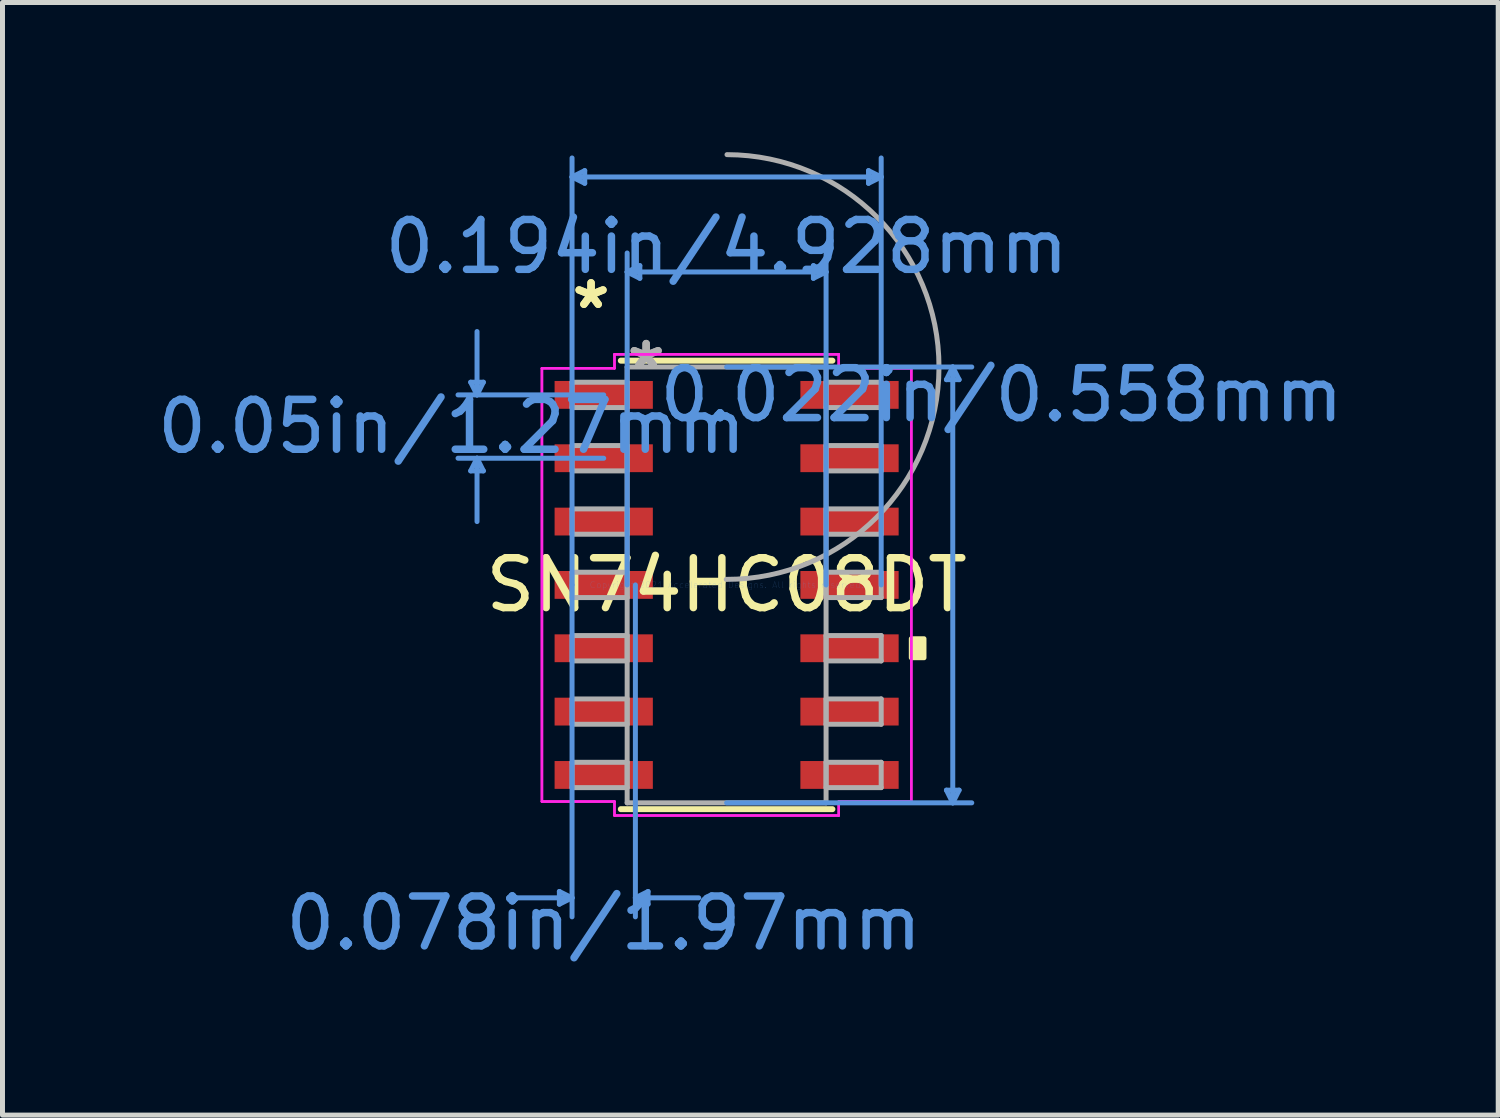
<source format=kicad_pcb>
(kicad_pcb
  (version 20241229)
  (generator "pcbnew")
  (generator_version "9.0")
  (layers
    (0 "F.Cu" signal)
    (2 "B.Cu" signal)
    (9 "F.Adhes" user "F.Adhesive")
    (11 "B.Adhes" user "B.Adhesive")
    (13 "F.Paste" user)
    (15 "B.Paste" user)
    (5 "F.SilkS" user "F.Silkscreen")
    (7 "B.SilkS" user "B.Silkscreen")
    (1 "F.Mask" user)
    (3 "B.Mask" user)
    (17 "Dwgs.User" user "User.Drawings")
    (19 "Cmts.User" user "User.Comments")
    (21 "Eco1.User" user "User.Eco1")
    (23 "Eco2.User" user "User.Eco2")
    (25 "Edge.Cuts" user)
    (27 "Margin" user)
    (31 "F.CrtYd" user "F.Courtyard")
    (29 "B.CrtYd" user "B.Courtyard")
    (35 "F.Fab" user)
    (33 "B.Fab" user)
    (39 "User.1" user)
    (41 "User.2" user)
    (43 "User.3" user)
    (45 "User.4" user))
  (footprint "SN74HC08DT"
    (layer "F.Cu")
    (at 11.518 8.677)
    (property "Reference" "SN74HC08DT" (at 0 0 0) (layer "F.SilkS") (effects (font (size 1 1) (thickness 0.15))))
    (attr through_hole)
    (fp_line (start -2.121 4.496) (end 2.121 4.496) (stroke (width 0.12) (type solid)) (layer "F.SilkS"))
    (fp_line (start 2.121 -4.496) (end -2.121 -4.496) (stroke (width 0.12) (type solid)) (layer "F.SilkS"))
    (fp_poly (pts (xy 3.957 1.079) (xy 3.957 1.46) (xy 3.703 1.46) (xy 3.703 1.079)) (stroke (width 0.1) (type solid)) (fill yes) (layer "F.SilkS"))
    (fp_line (start -5.131 -4.064) (end -4.877 -4.064) (stroke (width 0.1) (type solid)) (layer "Cmts.User"))
    (fp_line (start -5.131 -2.286) (end -4.877 -2.286) (stroke (width 0.1) (type solid)) (layer "Cmts.User"))
    (fp_line (start -5.004 -3.81) (end -5.131 -4.064) (stroke (width 0.1) (type solid)) (layer "Cmts.User"))
    (fp_line (start -5.004 -3.81) (end -5.004 -5.08) (stroke (width 0.1) (type solid)) (layer "Cmts.User"))
    (fp_line (start -5.004 -3.81) (end -4.877 -4.064) (stroke (width 0.1) (type solid)) (layer "Cmts.User"))
    (fp_line (start -5.004 -2.54) (end -5.131 -2.286) (stroke (width 0.1) (type solid)) (layer "Cmts.User"))
    (fp_line (start -5.004 -2.54) (end -5.004 -1.27) (stroke (width 0.1) (type solid)) (layer "Cmts.User"))
    (fp_line (start -5.004 -2.54) (end -4.877 -2.286) (stroke (width 0.1) (type solid)) (layer "Cmts.User"))
    (fp_line (start -3.353 6.147) (end -3.353 6.401) (stroke (width 0.1) (type solid)) (layer "Cmts.User"))
    (fp_line (start -3.099 -8.179) (end -2.845 -8.306) (stroke (width 0.1) (type solid)) (layer "Cmts.User"))
    (fp_line (start -3.099 -8.179) (end -2.845 -8.052) (stroke (width 0.1) (type solid)) (layer "Cmts.User"))
    (fp_line (start -3.099 -8.179) (end 3.099 -8.179) (stroke (width 0.1) (type solid)) (layer "Cmts.User"))
    (fp_line (start -3.099 0) (end -3.099 -8.56) (stroke (width 0.1) (type solid)) (layer "Cmts.User"))
    (fp_line (start -3.099 0) (end -3.099 6.655) (stroke (width 0.1) (type solid)) (layer "Cmts.User"))
    (fp_line (start -3.099 6.274) (end -4.369 6.274) (stroke (width 0.1) (type solid)) (layer "Cmts.User"))
    (fp_line (start -3.099 6.274) (end -3.353 6.147) (stroke (width 0.1) (type solid)) (layer "Cmts.User"))
    (fp_line (start -3.099 6.274) (end -3.353 6.401) (stroke (width 0.1) (type solid)) (layer "Cmts.User"))
    (fp_line (start -2.845 -8.306) (end -2.845 -8.052) (stroke (width 0.1) (type solid)) (layer "Cmts.User"))
    (fp_line (start -2.464 -3.81) (end -5.385 -3.81) (stroke (width 0.1) (type solid)) (layer "Cmts.User"))
    (fp_line (start -2.464 -2.54) (end -5.385 -2.54) (stroke (width 0.1) (type solid)) (layer "Cmts.User"))
    (fp_line (start -1.994 -6.274) (end -1.74 -6.401) (stroke (width 0.1) (type solid)) (layer "Cmts.User"))
    (fp_line (start -1.994 -6.274) (end -1.74 -6.147) (stroke (width 0.1) (type solid)) (layer "Cmts.User"))
    (fp_line (start -1.994 -6.274) (end 1.994 -6.274) (stroke (width 0.1) (type solid)) (layer "Cmts.User"))
    (fp_line (start -1.994 0) (end -1.994 -6.655) (stroke (width 0.1) (type solid)) (layer "Cmts.User"))
    (fp_line (start -1.829 0) (end -1.829 6.655) (stroke (width 0.1) (type solid)) (layer "Cmts.User"))
    (fp_line (start -1.829 6.274) (end -1.575 6.147) (stroke (width 0.1) (type solid)) (layer "Cmts.User"))
    (fp_line (start -1.829 6.274) (end -1.575 6.401) (stroke (width 0.1) (type solid)) (layer "Cmts.User"))
    (fp_line (start -1.829 6.274) (end -0.559 6.274) (stroke (width 0.1) (type solid)) (layer "Cmts.User"))
    (fp_line (start -1.74 -6.401) (end -1.74 -6.147) (stroke (width 0.1) (type solid)) (layer "Cmts.User"))
    (fp_line (start -1.575 6.147) (end -1.575 6.401) (stroke (width 0.1) (type solid)) (layer "Cmts.User"))
    (fp_line (start 0 -4.369) (end 4.915 -4.369) (stroke (width 0.1) (type solid)) (layer "Cmts.User"))
    (fp_line (start 0 4.369) (end 4.915 4.369) (stroke (width 0.1) (type solid)) (layer "Cmts.User"))
    (fp_line (start 1.74 -6.401) (end 1.74 -6.147) (stroke (width 0.1) (type solid)) (layer "Cmts.User"))
    (fp_line (start 1.994 -6.274) (end 1.74 -6.401) (stroke (width 0.1) (type solid)) (layer "Cmts.User"))
    (fp_line (start 1.994 -6.274) (end 1.74 -6.147) (stroke (width 0.1) (type solid)) (layer "Cmts.User"))
    (fp_line (start 1.994 0) (end 1.994 -6.655) (stroke (width 0.1) (type solid)) (layer "Cmts.User"))
    (fp_line (start 2.845 -8.306) (end 2.845 -8.052) (stroke (width 0.1) (type solid)) (layer "Cmts.User"))
    (fp_line (start 3.099 -8.179) (end 2.845 -8.306) (stroke (width 0.1) (type solid)) (layer "Cmts.User"))
    (fp_line (start 3.099 -8.179) (end 2.845 -8.052) (stroke (width 0.1) (type solid)) (layer "Cmts.User"))
    (fp_line (start 3.099 0) (end 3.099 -8.56) (stroke (width 0.1) (type solid)) (layer "Cmts.User"))
    (fp_line (start 4.407 -4.115) (end 4.661 -4.115) (stroke (width 0.1) (type solid)) (layer "Cmts.User"))
    (fp_line (start 4.407 4.115) (end 4.661 4.115) (stroke (width 0.1) (type solid)) (layer "Cmts.User"))
    (fp_line (start 4.534 -4.369) (end 4.407 -4.115) (stroke (width 0.1) (type solid)) (layer "Cmts.User"))
    (fp_line (start 4.534 -4.369) (end 4.534 4.369) (stroke (width 0.1) (type solid)) (layer "Cmts.User"))
    (fp_line (start 4.534 -4.369) (end 4.661 -4.115) (stroke (width 0.1) (type solid)) (layer "Cmts.User"))
    (fp_line (start 4.534 4.369) (end 4.407 4.115) (stroke (width 0.1) (type solid)) (layer "Cmts.User"))
    (fp_line (start 4.534 4.369) (end 4.661 4.115) (stroke (width 0.1) (type solid)) (layer "Cmts.User"))
    (fp_line (start -3.703 -4.343) (end -2.248 -4.343) (stroke (width 0.05) (type solid)) (layer "F.CrtYd"))
    (fp_line (start -3.703 -4.343) (end -2.248 -4.343) (stroke (width 0.05) (type solid)) (layer "F.CrtYd"))
    (fp_line (start -3.703 4.343) (end -3.703 -4.343) (stroke (width 0.05) (type solid)) (layer "F.CrtYd"))
    (fp_line (start -3.703 4.343) (end -3.703 -4.343) (stroke (width 0.05) (type solid)) (layer "F.CrtYd"))
    (fp_line (start -3.703 4.343) (end -2.248 4.343) (stroke (width 0.05) (type solid)) (layer "F.CrtYd"))
    (fp_line (start -2.248 -4.623) (end 2.248 -4.623) (stroke (width 0.05) (type solid)) (layer "F.CrtYd"))
    (fp_line (start -2.248 -4.623) (end 2.248 -4.623) (stroke (width 0.05) (type solid)) (layer "F.CrtYd"))
    (fp_line (start -2.248 -4.343) (end -2.248 -4.623) (stroke (width 0.05) (type solid)) (layer "F.CrtYd"))
    (fp_line (start -2.248 -4.343) (end -2.248 -4.623) (stroke (width 0.05) (type solid)) (layer "F.CrtYd"))
    (fp_line (start -2.248 4.343) (end -3.703 4.343) (stroke (width 0.05) (type solid)) (layer "F.CrtYd"))
    (fp_line (start -2.248 4.623) (end -2.248 4.343) (stroke (width 0.05) (type solid)) (layer "F.CrtYd"))
    (fp_line (start -2.248 4.623) (end -2.248 4.343) (stroke (width 0.05) (type solid)) (layer "F.CrtYd"))
    (fp_line (start 2.248 -4.623) (end 2.248 -4.343) (stroke (width 0.05) (type solid)) (layer "F.CrtYd"))
    (fp_line (start 2.248 -4.623) (end 2.248 -4.343) (stroke (width 0.05) (type solid)) (layer "F.CrtYd"))
    (fp_line (start 2.248 -4.343) (end 3.703 -4.343) (stroke (width 0.05) (type solid)) (layer "F.CrtYd"))
    (fp_line (start 2.248 4.343) (end 2.248 4.623) (stroke (width 0.05) (type solid)) (layer "F.CrtYd"))
    (fp_line (start 2.248 4.343) (end 2.248 4.623) (stroke (width 0.05) (type solid)) (layer "F.CrtYd"))
    (fp_line (start 2.248 4.623) (end -2.248 4.623) (stroke (width 0.05) (type solid)) (layer "F.CrtYd"))
    (fp_line (start 2.248 4.623) (end -2.248 4.623) (stroke (width 0.05) (type solid)) (layer "F.CrtYd"))
    (fp_line (start 3.703 -4.343) (end 2.248 -4.343) (stroke (width 0.05) (type solid)) (layer "F.CrtYd"))
    (fp_line (start 3.703 -4.343) (end 3.703 4.343) (stroke (width 0.05) (type solid)) (layer "F.CrtYd"))
    (fp_line (start 3.703 -4.343) (end 3.703 4.343) (stroke (width 0.05) (type solid)) (layer "F.CrtYd"))
    (fp_line (start 3.703 4.343) (end 2.248 4.343) (stroke (width 0.05) (type solid)) (layer "F.CrtYd"))
    (fp_line (start 3.703 4.343) (end 2.248 4.343) (stroke (width 0.05) (type solid)) (layer "F.CrtYd"))
    (fp_line (start -3.099 -4.064) (end -3.099 -3.556) (stroke (width 0.1) (type solid)) (layer "F.Fab"))
    (fp_line (start -3.099 -3.556) (end -1.994 -3.556) (stroke (width 0.1) (type solid)) (layer "F.Fab"))
    (fp_line (start -3.099 -2.794) (end -3.099 -2.286) (stroke (width 0.1) (type solid)) (layer "F.Fab"))
    (fp_line (start -3.099 -2.286) (end -1.994 -2.286) (stroke (width 0.1) (type solid)) (layer "F.Fab"))
    (fp_line (start -3.099 -1.524) (end -3.099 -1.016) (stroke (width 0.1) (type solid)) (layer "F.Fab"))
    (fp_line (start -3.099 -1.016) (end -1.994 -1.016) (stroke (width 0.1) (type solid)) (layer "F.Fab"))
    (fp_line (start -3.099 -0.254) (end -3.099 0.254) (stroke (width 0.1) (type solid)) (layer "F.Fab"))
    (fp_line (start -3.099 0.254) (end -1.994 0.254) (stroke (width 0.1) (type solid)) (layer "F.Fab"))
    (fp_line (start -3.099 1.016) (end -3.099 1.524) (stroke (width 0.1) (type solid)) (layer "F.Fab"))
    (fp_line (start -3.099 1.524) (end -1.994 1.524) (stroke (width 0.1) (type solid)) (layer "F.Fab"))
    (fp_line (start -3.099 2.286) (end -3.099 2.794) (stroke (width 0.1) (type solid)) (layer "F.Fab"))
    (fp_line (start -3.099 2.794) (end -1.994 2.794) (stroke (width 0.1) (type solid)) (layer "F.Fab"))
    (fp_line (start -3.099 3.556) (end -3.099 4.064) (stroke (width 0.1) (type solid)) (layer "F.Fab"))
    (fp_line (start -3.099 4.064) (end -1.994 4.064) (stroke (width 0.1) (type solid)) (layer "F.Fab"))
    (fp_line (start -1.994 -4.369) (end -1.994 4.369) (stroke (width 0.1) (type solid)) (layer "F.Fab"))
    (fp_line (start -1.994 -4.064) (end -3.099 -4.064) (stroke (width 0.1) (type solid)) (layer "F.Fab"))
    (fp_line (start -1.994 -3.556) (end -1.994 -4.064) (stroke (width 0.1) (type solid)) (layer "F.Fab"))
    (fp_line (start -1.994 -2.794) (end -3.099 -2.794) (stroke (width 0.1) (type solid)) (layer "F.Fab"))
    (fp_line (start -1.994 -2.286) (end -1.994 -2.794) (stroke (width 0.1) (type solid)) (layer "F.Fab"))
    (fp_line (start -1.994 -1.524) (end -3.099 -1.524) (stroke (width 0.1) (type solid)) (layer "F.Fab"))
    (fp_line (start -1.994 -1.016) (end -1.994 -1.524) (stroke (width 0.1) (type solid)) (layer "F.Fab"))
    (fp_line (start -1.994 -0.254) (end -3.099 -0.254) (stroke (width 0.1) (type solid)) (layer "F.Fab"))
    (fp_line (start -1.994 0.254) (end -1.994 -0.254) (stroke (width 0.1) (type solid)) (layer "F.Fab"))
    (fp_line (start -1.994 1.016) (end -3.099 1.016) (stroke (width 0.1) (type solid)) (layer "F.Fab"))
    (fp_line (start -1.994 1.524) (end -1.994 1.016) (stroke (width 0.1) (type solid)) (layer "F.Fab"))
    (fp_line (start -1.994 2.286) (end -3.099 2.286) (stroke (width 0.1) (type solid)) (layer "F.Fab"))
    (fp_line (start -1.994 2.794) (end -1.994 2.286) (stroke (width 0.1) (type solid)) (layer "F.Fab"))
    (fp_line (start -1.994 3.556) (end -3.099 3.556) (stroke (width 0.1) (type solid)) (layer "F.Fab"))
    (fp_line (start -1.994 4.064) (end -1.994 3.556) (stroke (width 0.1) (type solid)) (layer "F.Fab"))
    (fp_line (start -1.994 4.369) (end 1.994 4.369) (stroke (width 0.1) (type solid)) (layer "F.Fab"))
    (fp_line (start 1.994 -4.369) (end -1.994 -4.369) (stroke (width 0.1) (type solid)) (layer "F.Fab"))
    (fp_line (start 1.994 -4.064) (end 1.994 -3.556) (stroke (width 0.1) (type solid)) (layer "F.Fab"))
    (fp_line (start 1.994 -3.556) (end 3.099 -3.556) (stroke (width 0.1) (type solid)) (layer "F.Fab"))
    (fp_line (start 1.994 -2.794) (end 1.994 -2.286) (stroke (width 0.1) (type solid)) (layer "F.Fab"))
    (fp_line (start 1.994 -2.286) (end 3.099 -2.286) (stroke (width 0.1) (type solid)) (layer "F.Fab"))
    (fp_line (start 1.994 -1.524) (end 1.994 -1.016) (stroke (width 0.1) (type solid)) (layer "F.Fab"))
    (fp_line (start 1.994 -1.016) (end 3.099 -1.016) (stroke (width 0.1) (type solid)) (layer "F.Fab"))
    (fp_line (start 1.994 -0.254) (end 1.994 0.254) (stroke (width 0.1) (type solid)) (layer "F.Fab"))
    (fp_line (start 1.994 0.254) (end 3.099 0.254) (stroke (width 0.1) (type solid)) (layer "F.Fab"))
    (fp_line (start 1.994 1.016) (end 1.994 1.524) (stroke (width 0.1) (type solid)) (layer "F.Fab"))
    (fp_line (start 1.994 1.524) (end 3.099 1.524) (stroke (width 0.1) (type solid)) (layer "F.Fab"))
    (fp_line (start 1.994 2.286) (end 1.994 2.794) (stroke (width 0.1) (type solid)) (layer "F.Fab"))
    (fp_line (start 1.994 2.794) (end 3.099 2.794) (stroke (width 0.1) (type solid)) (layer "F.Fab"))
    (fp_line (start 1.994 3.556) (end 1.994 4.064) (stroke (width 0.1) (type solid)) (layer "F.Fab"))
    (fp_line (start 1.994 4.064) (end 3.099 4.064) (stroke (width 0.1) (type solid)) (layer "F.Fab"))
    (fp_line (start 1.994 4.369) (end 1.994 -4.369) (stroke (width 0.1) (type solid)) (layer "F.Fab"))
    (fp_line (start 3.099 -4.064) (end 1.994 -4.064) (stroke (width 0.1) (type solid)) (layer "F.Fab"))
    (fp_line (start 3.099 -3.556) (end 3.099 -4.064) (stroke (width 0.1) (type solid)) (layer "F.Fab"))
    (fp_line (start 3.099 -2.794) (end 1.994 -2.794) (stroke (width 0.1) (type solid)) (layer "F.Fab"))
    (fp_line (start 3.099 -2.286) (end 3.099 -2.794) (stroke (width 0.1) (type solid)) (layer "F.Fab"))
    (fp_line (start 3.099 -1.524) (end 1.994 -1.524) (stroke (width 0.1) (type solid)) (layer "F.Fab"))
    (fp_line (start 3.099 -1.016) (end 3.099 -1.524) (stroke (width 0.1) (type solid)) (layer "F.Fab"))
    (fp_line (start 3.099 -0.254) (end 1.994 -0.254) (stroke (width 0.1) (type solid)) (layer "F.Fab"))
    (fp_line (start 3.099 0.254) (end 3.099 -0.254) (stroke (width 0.1) (type solid)) (layer "F.Fab"))
    (fp_line (start 3.099 1.016) (end 1.994 1.016) (stroke (width 0.1) (type solid)) (layer "F.Fab"))
    (fp_line (start 3.099 1.524) (end 3.099 1.016) (stroke (width 0.1) (type solid)) (layer "F.Fab"))
    (fp_line (start 3.099 2.286) (end 1.994 2.286) (stroke (width 0.1) (type solid)) (layer "F.Fab"))
    (fp_line (start 3.099 2.794) (end 3.099 2.286) (stroke (width 0.1) (type solid)) (layer "F.Fab"))
    (fp_line (start 3.099 3.556) (end 1.994 3.556) (stroke (width 0.1) (type solid)) (layer "F.Fab"))
    (fp_line (start 3.099 4.064) (end 3.099 3.556) (stroke (width 0.1) (type solid)) (layer "F.Fab"))
    (fp_arc (start 0.007742 -8.626632) (mid 4.257832 -4.361058) (end -0.007742 -0.110968) (stroke (width 0.1) (type solid)) (layer "F.Fab"))
    (fp_text user "*" (at -2.718 -5.511 0) (layer "F.SilkS") (effects (font (size 1 1) (thickness 0.15))))
    (fp_text user "*" (at -2.718 -5.511 0) (layer "F.SilkS") (effects (font (size 1 1) (thickness 0.15))))
    (fp_text user "0.194in/4.928mm" (at 0 -6.782 0) (layer "Cmts.User") (effects (font (size 1 1) (thickness 0.15))))
    (fp_text user "0.022in/0.558mm" (at 5.512 -3.81 0) (layer "Cmts.User") (effects (font (size 1 1) (thickness 0.15))))
    (fp_text user "0.078in/1.97mm" (at -2.464 6.782 0) (layer "Cmts.User") (effects (font (size 1 1) (thickness 0.15))))
    (fp_text user "0.05in/1.27mm" (at -5.512 -3.175 0) (layer "Cmts.User") (effects (font (size 1 1) (thickness 0.15))))
    (fp_text user "Copyright 2021 Accelerated Designs. All rights reserved." (at 0 0 0) (layer "Cmts.User") (effects (font (size 0.127 0.127) (thickness 0.002))))
    (fp_text user "*" (at -1.613 -4.293 0) (layer "F.Fab") (effects (font (size 1 1) (thickness 0.15))))
    (fp_text user "*" (at -1.613 -4.293 0) (layer "F.Fab") (effects (font (size 1 1) (thickness 0.15))))
    (pad "1" smd rect (at -2.464 -3.81) (size 1.97 0.558) (layers "F.Cu" "F.Mask" "F.Paste"))
    (pad "2" smd rect (at -2.464 -2.54) (size 1.97 0.558) (layers "F.Cu" "F.Mask" "F.Paste"))
    (pad "3" smd rect (at -2.464 -1.27) (size 1.97 0.558) (layers "F.Cu" "F.Mask" "F.Paste"))
    (pad "4" smd rect (at -2.464 0) (size 1.97 0.558) (layers "F.Cu" "F.Mask" "F.Paste"))
    (pad "5" smd rect (at -2.464 1.27) (size 1.97 0.558) (layers "F.Cu" "F.Mask" "F.Paste"))
    (pad "6" smd rect (at -2.464 2.54) (size 1.97 0.558) (layers "F.Cu" "F.Mask" "F.Paste"))
    (pad "7" smd rect (at -2.464 3.81) (size 1.97 0.558) (layers "F.Cu" "F.Mask" "F.Paste"))
    (pad "8" smd rect (at 2.464 3.81) (size 1.97 0.558) (layers "F.Cu" "F.Mask" "F.Paste"))
    (pad "9" smd rect (at 2.464 2.54) (size 1.97 0.558) (layers "F.Cu" "F.Mask" "F.Paste"))
    (pad "10" smd rect (at 2.464 1.27) (size 1.97 0.558) (layers "F.Cu" "F.Mask" "F.Paste"))
    (pad "11" smd rect (at 2.464 0) (size 1.97 0.558) (layers "F.Cu" "F.Mask" "F.Paste"))
    (pad "12" smd rect (at 2.464 -1.27) (size 1.97 0.558) (layers "F.Cu" "F.Mask" "F.Paste"))
    (pad "13" smd rect (at 2.464 -2.54) (size 1.97 0.558) (layers "F.Cu" "F.Mask" "F.Paste"))
    (pad "14" smd rect (at 2.464 -3.81) (size 1.97 0.558) (layers "F.Cu" "F.Mask" "F.Paste")))
  (gr_rect
    (start -3 -3)
    (end 26.988 19.307)
    (stroke (width 0.1) (type default))
    (fill no)
    (layer "Edge.Cuts")))
</source>
